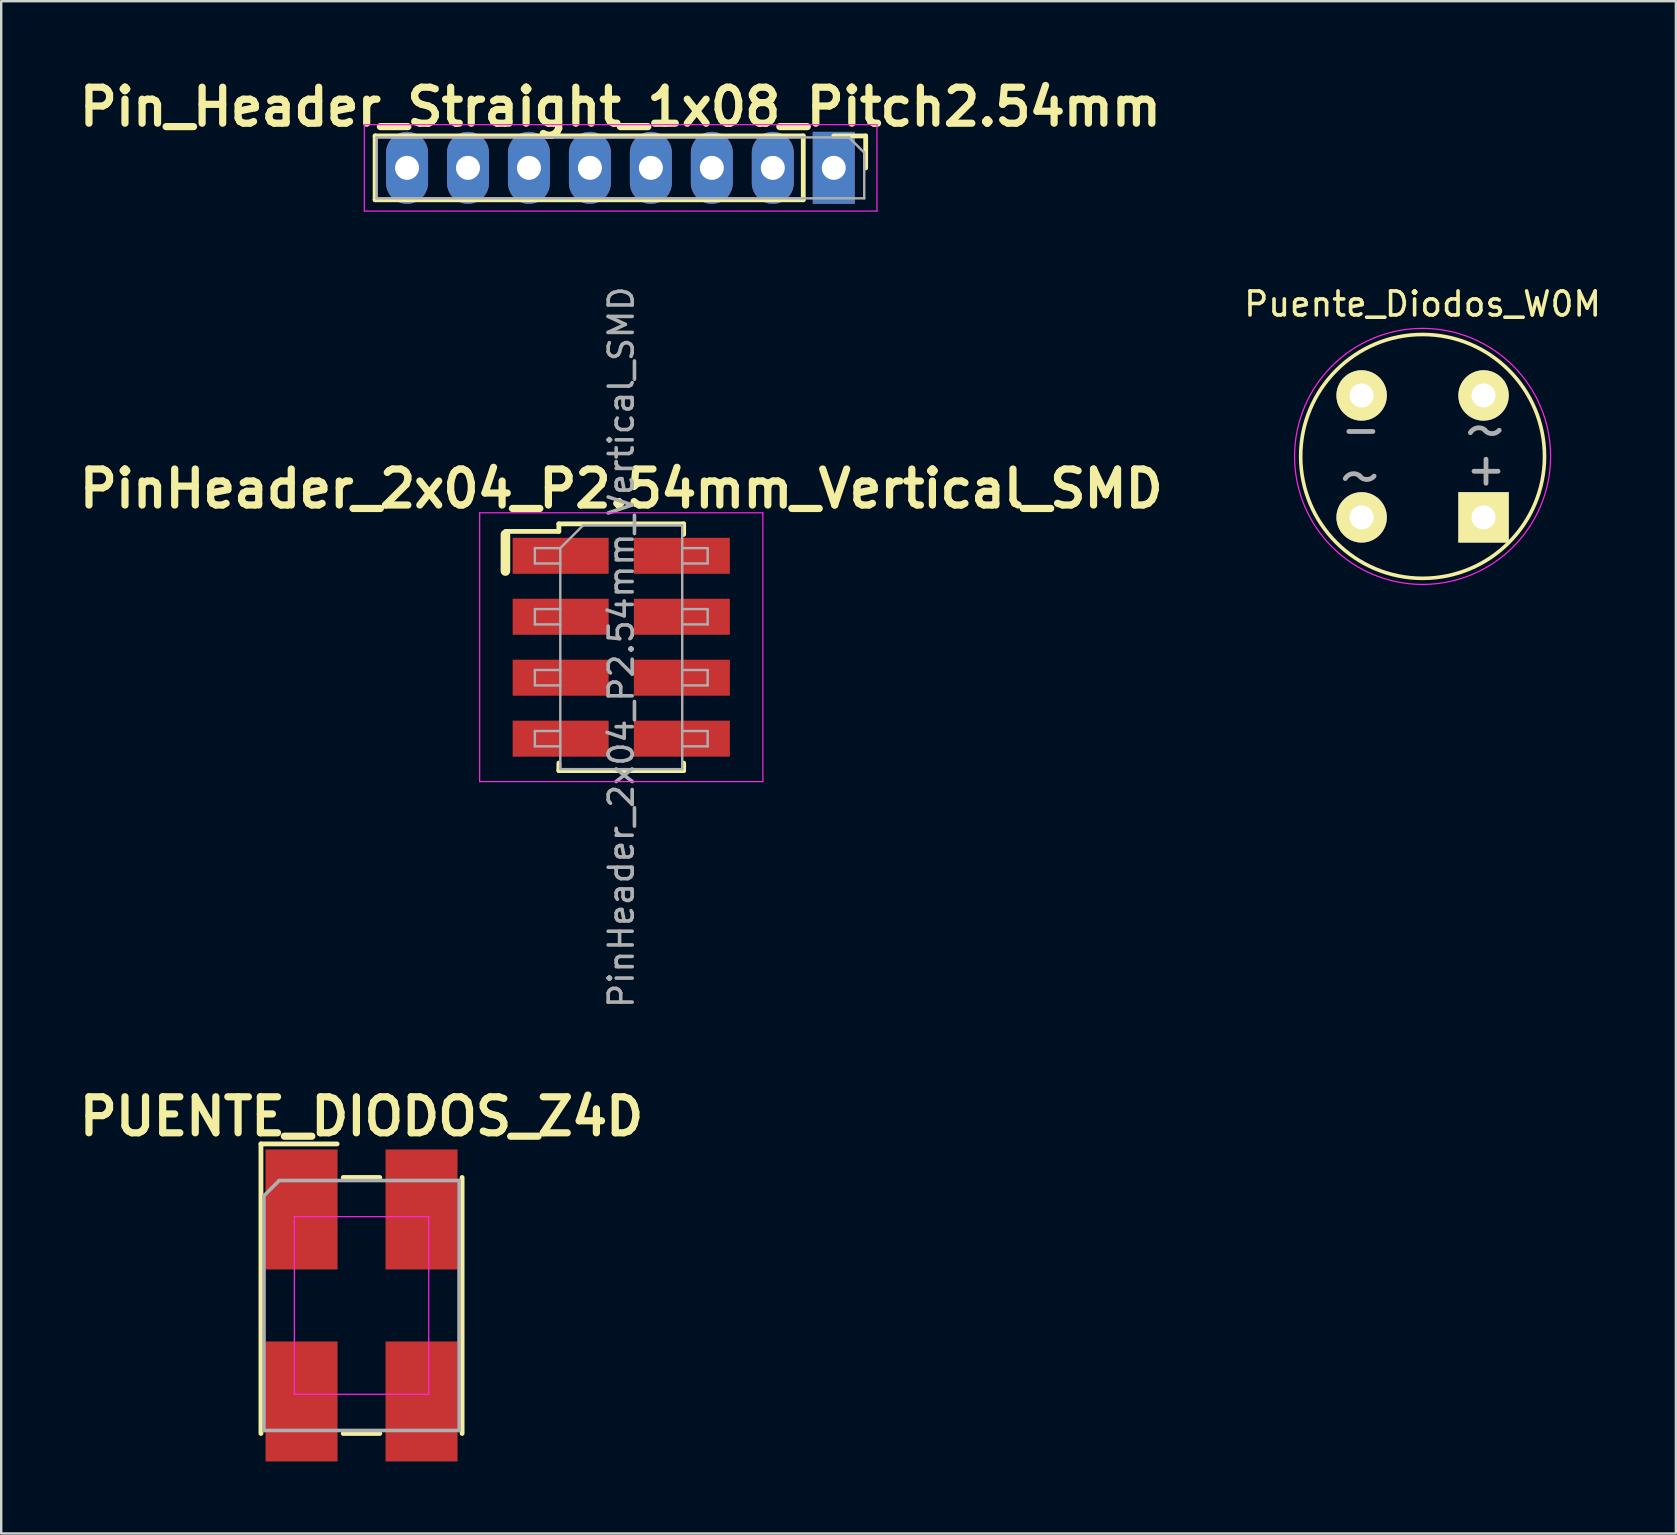
<source format=kicad_pcb>
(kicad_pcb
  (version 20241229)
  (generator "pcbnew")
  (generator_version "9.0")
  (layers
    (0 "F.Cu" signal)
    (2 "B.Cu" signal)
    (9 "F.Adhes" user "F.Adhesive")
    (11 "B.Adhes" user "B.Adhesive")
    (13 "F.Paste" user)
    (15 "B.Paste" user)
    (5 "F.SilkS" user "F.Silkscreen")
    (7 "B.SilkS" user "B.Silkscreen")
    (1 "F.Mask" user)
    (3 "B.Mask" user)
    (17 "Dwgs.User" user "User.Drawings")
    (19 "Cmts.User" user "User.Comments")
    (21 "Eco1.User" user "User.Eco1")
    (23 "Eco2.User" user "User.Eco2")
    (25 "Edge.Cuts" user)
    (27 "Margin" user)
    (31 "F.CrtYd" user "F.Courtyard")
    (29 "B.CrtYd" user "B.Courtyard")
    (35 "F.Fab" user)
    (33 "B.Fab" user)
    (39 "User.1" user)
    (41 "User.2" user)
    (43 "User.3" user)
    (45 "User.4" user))
  (footprint "Pin_Header_Straight_1x08_Pitch2.54mm"
    (layer "F.Cu")
    (at 31.69 3.944)
    (property "Reference" "Pin_Header_Straight_1x08_Pitch2.54mm" (at -8.89 -2.54 0) (layer "F.SilkS") (effects (font (size 1.5 1.5) (thickness 0.3))))
    (attr through_hole)
    (fp_line (start -19.11 -1.33) (end -19.11 1.33) (stroke (width 0.2) (type solid)) (layer "F.SilkS"))
    (fp_line (start -1.27 -1.33) (end -19.11 -1.33) (stroke (width 0.2) (type solid)) (layer "F.SilkS"))
    (fp_line (start -1.27 -1.33) (end -1.27 1.33) (stroke (width 0.2) (type solid)) (layer "F.SilkS"))
    (fp_line (start -1.27 1.33) (end -19.11 1.33) (stroke (width 0.2) (type solid)) (layer "F.SilkS"))
    (fp_line (start 0 -1.33) (end 1.33 -1.33) (stroke (width 0.2) (type solid)) (layer "F.SilkS"))
    (fp_line (start 1.33 -1.33) (end 1.33 0) (stroke (width 0.2) (type solid)) (layer "F.SilkS"))
    (fp_line (start -19.56 -1.8) (end -19.56 1.8) (stroke (width 0.05) (type solid)) (layer "F.CrtYd"))
    (fp_line (start -19.56 1.8) (end 1.8 1.8) (stroke (width 0.05) (type solid)) (layer "F.CrtYd"))
    (fp_line (start 1.8 -1.8) (end -19.56 -1.8) (stroke (width 0.05) (type solid)) (layer "F.CrtYd"))
    (fp_line (start 1.8 1.8) (end 1.8 -1.8) (stroke (width 0.05) (type solid)) (layer "F.CrtYd"))
    (fp_line (start -19.05 -1.27) (end 0.635 -1.27) (stroke (width 0.1) (type solid)) (layer "F.Fab"))
    (fp_line (start -19.05 1.27) (end -19.05 -1.27) (stroke (width 0.1) (type solid)) (layer "F.Fab"))
    (fp_line (start 0.635 -1.27) (end 1.27 -0.635) (stroke (width 0.1) (type solid)) (layer "F.Fab"))
    (fp_line (start 1.27 -0.635) (end 1.27 1.27) (stroke (width 0.1) (type solid)) (layer "F.Fab"))
    (fp_line (start 1.27 1.27) (end -19.05 1.27) (stroke (width 0.1) (type solid)) (layer "F.Fab"))
    (pad "1" thru_hole rect (at 0 0 270) (size 3 1.75) (drill 1) (layers "*.Cu" "*.Mask"))
    (pad "2" thru_hole oval (at -2.54 0 270) (size 3 1.75) (drill 1) (layers "*.Cu" "*.Mask"))
    (pad "3" thru_hole oval (at -5.08 0 270) (size 3 1.75) (drill 1) (layers "*.Cu" "*.Mask"))
    (pad "4" thru_hole oval (at -7.62 0 270) (size 3 1.75) (drill 1) (layers "*.Cu" "*.Mask"))
    (pad "5" thru_hole oval (at -10.16 0 270) (size 3 1.75) (drill 1) (layers "*.Cu" "*.Mask"))
    (pad "6" thru_hole oval (at -12.7 0 270) (size 3 1.75) (drill 1) (layers "*.Cu" "*.Mask"))
    (pad "7" thru_hole oval (at -15.24 0 270) (size 3 1.75) (drill 1) (layers "*.Cu" "*.Mask"))
    (pad "8" thru_hole oval (at -17.78 0 270) (size 3 1.75) (drill 1) (layers "*.Cu" "*.Mask")))
  (footprint "PUENTE_DIODOS_Z4D"
    (layer "F.Cu")
    (at 12.014 51.345)
    (property "Reference" "PUENTE_DIODOS_Z4D" (at 0 -7.874 0) (layer "F.SilkS") (effects (font (size 1.5 1.5) (thickness 0.3))))
    (attr smd)
    (fp_line (start -4.191 -6.731) (end -1.016 -6.731) (stroke (width 0.2) (type solid)) (layer "F.SilkS"))
    (fp_line (start -4.191 5.334) (end -4.191 -6.731) (stroke (width 0.2) (type solid)) (layer "F.SilkS"))
    (fp_line (start -0.762 -5.334) (end 0.762 -5.334) (stroke (width 0.2) (type solid)) (layer "F.SilkS"))
    (fp_line (start -0.762 5.334) (end 0.762 5.334) (stroke (width 0.2) (type solid)) (layer "F.SilkS"))
    (fp_line (start 4.191 5.334) (end 4.191 -5.334) (stroke (width 0.2) (type solid)) (layer "F.SilkS"))
    (fp_line (start -2.8 -3.7) (end -2.8 3.7) (stroke (width 0.05) (type solid)) (layer "F.CrtYd"))
    (fp_line (start -2.8 -3.7) (end 2.8 -3.7) (stroke (width 0.05) (type solid)) (layer "F.CrtYd"))
    (fp_line (start 2.8 3.7) (end -2.8 3.7) (stroke (width 0.05) (type solid)) (layer "F.CrtYd"))
    (fp_line (start 2.8 3.7) (end 2.8 -3.7) (stroke (width 0.05) (type solid)) (layer "F.CrtYd"))
    (fp_line (start -4.064 -4.572) (end -3.429 -5.207) (stroke (width 0.15) (type solid)) (layer "F.Fab"))
    (fp_line (start -4.064 5.207) (end -4.064 -4.572) (stroke (width 0.15) (type solid)) (layer "F.Fab"))
    (fp_line (start -3.429 -5.207) (end 4.064 -5.207) (stroke (width 0.15) (type solid)) (layer "F.Fab"))
    (fp_line (start 4.064 -5.207) (end 4.064 5.207) (stroke (width 0.15) (type solid)) (layer "F.Fab"))
    (fp_line (start 4.064 5.207) (end -4.064 5.207) (stroke (width 0.15) (type solid)) (layer "F.Fab"))
    (pad "1" smd rect (at -2.5 -4) (size 3 5) (layers "F.Cu" "F.Mask" "F.Paste"))
    (pad "2" smd rect (at -2.5 4) (size 3 5) (layers "F.Cu" "F.Mask" "F.Paste"))
    (pad "3" smd rect (at 2.5 -4) (size 3 5) (layers "F.Cu" "F.Mask" "F.Paste"))
    (pad "4" smd rect (at 2.5 4) (size 3 5) (layers "F.Cu" "F.Mask" "F.Paste")))
  (footprint "PinHeader_2x04_P2.54mm_Vertical_SMD"
    (layer "F.Cu")
    (at 22.836 23.918)
    (property "Reference" "PinHeader_2x04_P2.54mm_Vertical_SMD" (at 0 -6.604 0) (layer "F.SilkS") (effects (font (size 1.5 1.5) (thickness 0.3))))
    (attr smd)
    (fp_line (start -4.826 -4.826) (end -2.6 -4.826) (stroke (width 0.2) (type solid)) (layer "F.SilkS"))
    (fp_line (start -4.826 -4.699) (end -4.826 -3.175) (stroke (width 0.4) (type solid)) (layer "F.SilkS"))
    (fp_line (start -2.6 -5.14) (end -2.6 -4.826) (stroke (width 0.2) (type solid)) (layer "F.SilkS"))
    (fp_line (start -2.6 -5.14) (end 2.6 -5.14) (stroke (width 0.2) (type solid)) (layer "F.SilkS"))
    (fp_line (start -2.6 4.826) (end -2.6 5.14) (stroke (width 0.2) (type solid)) (layer "F.SilkS"))
    (fp_line (start -2.6 5.14) (end 2.6 5.14) (stroke (width 0.2) (type solid)) (layer "F.SilkS"))
    (fp_line (start 2.6 -5.14) (end 2.6 -4.699) (stroke (width 0.2) (type solid)) (layer "F.SilkS"))
    (fp_line (start 2.6 4.826) (end 2.6 5.14) (stroke (width 0.2) (type solid)) (layer "F.SilkS"))
    (fp_line (start -5.9 -5.6) (end -5.9 5.6) (stroke (width 0.05) (type solid)) (layer "F.CrtYd"))
    (fp_line (start -5.9 5.6) (end 5.9 5.6) (stroke (width 0.05) (type solid)) (layer "F.CrtYd"))
    (fp_line (start 5.9 -5.6) (end -5.9 -5.6) (stroke (width 0.05) (type solid)) (layer "F.CrtYd"))
    (fp_line (start 5.9 5.6) (end 5.9 -5.6) (stroke (width 0.05) (type solid)) (layer "F.CrtYd"))
    (fp_line (start -3.6 -4.13) (end -3.6 -3.49) (stroke (width 0.1) (type solid)) (layer "F.Fab"))
    (fp_line (start -3.6 -3.49) (end -2.54 -3.49) (stroke (width 0.1) (type solid)) (layer "F.Fab"))
    (fp_line (start -3.6 -1.59) (end -3.6 -0.95) (stroke (width 0.1) (type solid)) (layer "F.Fab"))
    (fp_line (start -3.6 -0.95) (end -2.54 -0.95) (stroke (width 0.1) (type solid)) (layer "F.Fab"))
    (fp_line (start -3.6 0.95) (end -3.6 1.59) (stroke (width 0.1) (type solid)) (layer "F.Fab"))
    (fp_line (start -3.6 1.59) (end -2.54 1.59) (stroke (width 0.1) (type solid)) (layer "F.Fab"))
    (fp_line (start -3.6 3.49) (end -3.6 4.13) (stroke (width 0.1) (type solid)) (layer "F.Fab"))
    (fp_line (start -3.6 4.13) (end -2.54 4.13) (stroke (width 0.1) (type solid)) (layer "F.Fab"))
    (fp_line (start -2.54 -4.13) (end -3.6 -4.13) (stroke (width 0.1) (type solid)) (layer "F.Fab"))
    (fp_line (start -2.54 -4.13) (end -1.59 -5.08) (stroke (width 0.1) (type solid)) (layer "F.Fab"))
    (fp_line (start -2.54 -1.59) (end -3.6 -1.59) (stroke (width 0.1) (type solid)) (layer "F.Fab"))
    (fp_line (start -2.54 0.95) (end -3.6 0.95) (stroke (width 0.1) (type solid)) (layer "F.Fab"))
    (fp_line (start -2.54 3.49) (end -3.6 3.49) (stroke (width 0.1) (type solid)) (layer "F.Fab"))
    (fp_line (start -2.54 5.08) (end -2.54 -4.13) (stroke (width 0.1) (type solid)) (layer "F.Fab"))
    (fp_line (start -1.59 -5.08) (end 2.54 -5.08) (stroke (width 0.1) (type solid)) (layer "F.Fab"))
    (fp_line (start 2.54 -5.08) (end 2.54 5.08) (stroke (width 0.1) (type solid)) (layer "F.Fab"))
    (fp_line (start 2.54 -4.13) (end 3.6 -4.13) (stroke (width 0.1) (type solid)) (layer "F.Fab"))
    (fp_line (start 2.54 -1.59) (end 3.6 -1.59) (stroke (width 0.1) (type solid)) (layer "F.Fab"))
    (fp_line (start 2.54 0.95) (end 3.6 0.95) (stroke (width 0.1) (type solid)) (layer "F.Fab"))
    (fp_line (start 2.54 3.49) (end 3.6 3.49) (stroke (width 0.1) (type solid)) (layer "F.Fab"))
    (fp_line (start 2.54 5.08) (end -2.54 5.08) (stroke (width 0.1) (type solid)) (layer "F.Fab"))
    (fp_line (start 3.6 -4.13) (end 3.6 -3.49) (stroke (width 0.1) (type solid)) (layer "F.Fab"))
    (fp_line (start 3.6 -3.49) (end 2.54 -3.49) (stroke (width 0.1) (type solid)) (layer "F.Fab"))
    (fp_line (start 3.6 -1.59) (end 3.6 -0.95) (stroke (width 0.1) (type solid)) (layer "F.Fab"))
    (fp_line (start 3.6 -0.95) (end 2.54 -0.95) (stroke (width 0.1) (type solid)) (layer "F.Fab"))
    (fp_line (start 3.6 0.95) (end 3.6 1.59) (stroke (width 0.1) (type solid)) (layer "F.Fab"))
    (fp_line (start 3.6 1.59) (end 2.54 1.59) (stroke (width 0.1) (type solid)) (layer "F.Fab"))
    (fp_line (start 3.6 3.49) (end 3.6 4.13) (stroke (width 0.1) (type solid)) (layer "F.Fab"))
    (fp_line (start 3.6 4.13) (end 2.54 4.13) (stroke (width 0.1) (type solid)) (layer "F.Fab"))
    (fp_text user "${REFERENCE}" (at 0 0 90) (layer "F.Fab") (effects (font (size 1 1) (thickness 0.15))))
    (pad "1" smd rect (at -2.525 -3.81) (size 4 1.5) (layers "F.Cu" "F.Mask" "F.Paste"))
    (pad "2" smd rect (at 2.525 -3.81) (size 4 1.5) (layers "F.Cu" "F.Mask" "F.Paste"))
    (pad "3" smd rect (at -2.525 -1.27) (size 4 1.5) (layers "F.Cu" "F.Mask" "F.Paste"))
    (pad "4" smd rect (at 2.525 -1.27) (size 4 1.5) (layers "F.Cu" "F.Mask" "F.Paste"))
    (pad "5" smd rect (at -2.525 1.27) (size 4 1.5) (layers "F.Cu" "F.Mask" "F.Paste"))
    (pad "6" smd rect (at 2.525 1.27) (size 4 1.5) (layers "F.Cu" "F.Mask" "F.Paste"))
    (pad "7" smd rect (at -2.525 3.81) (size 4 1.5) (layers "F.Cu" "F.Mask" "F.Paste"))
    (pad "8" smd rect (at 2.525 3.81) (size 4 1.5) (layers "F.Cu" "F.Mask" "F.Paste")))
  (footprint "Puente_Diodos_W0M"
    (layer "F.Cu")
    (at 56.225 15.967)
    (property "Reference" "Puente_Diodos_W0M" (at 0 -6.35 0) (layer "F.SilkS") (effects (font (size 1 1) (thickness 0.15))))
    (attr through_hole)
    (fp_circle (center 0 0) (end 5.08 0) (stroke (width 0.15) (type solid)) (fill no) (layer "F.SilkS"))
    (fp_circle (center 0 0) (end 5.334 0) (stroke (width 0.05) (type solid)) (fill no) (layer "F.CrtYd"))
    (fp_line (start -2.072 -1.04) (end -3.072 -1.04) (stroke (width 0.2) (type solid)) (layer "F.Fab"))
    (fp_line (start 2.142 0.618) (end 3.142 0.618) (stroke (width 0.2) (type solid)) (layer "F.Fab"))
    (fp_line (start 2.642 0.118) (end 2.642 1.118) (stroke (width 0.2) (type solid)) (layer "F.Fab"))
    (fp_arc (start -3.222 0.922) (mid -2.943767 0.725327) (end -2.614262 0.812047) (stroke (width 0.2) (type solid)) (layer "F.Fab"))
    (fp_arc (start -2.022 0.822) (mid -2.320675 0.96251) (end -2.620296 0.82403) (stroke (width 0.2) (type solid)) (layer "F.Fab"))
    (fp_arc (start 1.992 -0.99) (mid 2.270233 -1.186673) (end 2.599738 -1.099953) (stroke (width 0.2) (type solid)) (layer "F.Fab"))
    (fp_arc (start 3.192 -1.09) (mid 2.893325 -0.94949) (end 2.593704 -1.08797) (stroke (width 0.2) (type solid)) (layer "F.Fab"))
    (pad "1" thru_hole circle (at -2.54 -2.54) (size 2.1 2.1) (drill 1) (layers "*.Cu" "*.Mask" "F.SilkS"))
    (pad "2" thru_hole circle (at -2.54 2.54) (size 2.1 2.1) (drill 1) (layers "*.Cu" "*.Mask" "F.SilkS"))
    (pad "3" thru_hole rect (at 2.54 2.54) (size 2.1 2.1) (drill 1) (layers "*.Cu" "*.Mask" "F.SilkS"))
    (pad "4" thru_hole circle (at 2.54 -2.54) (size 2.1 2.1) (drill 1) (layers "*.Cu" "*.Mask" "F.SilkS")))
  (gr_rect
    (start -3 -3)
    (end 66.779 60.845)
    (stroke (width 0.1) (type default))
    (fill no)
    (layer "Edge.Cuts")))
</source>
